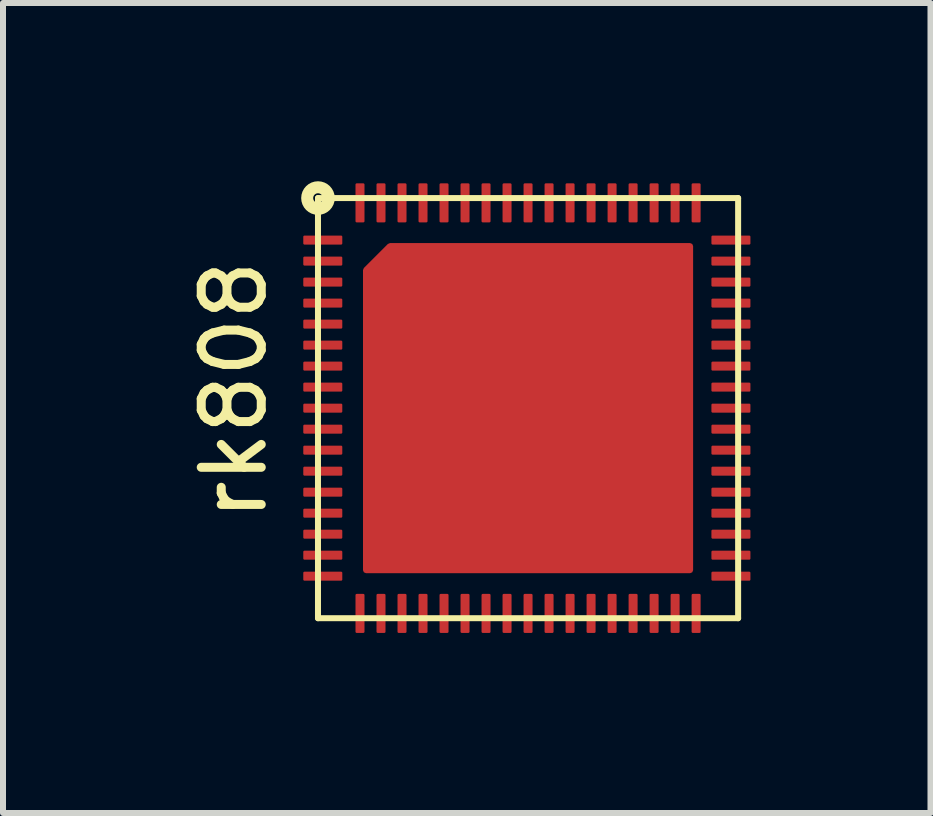
<source format=kicad_pcb>
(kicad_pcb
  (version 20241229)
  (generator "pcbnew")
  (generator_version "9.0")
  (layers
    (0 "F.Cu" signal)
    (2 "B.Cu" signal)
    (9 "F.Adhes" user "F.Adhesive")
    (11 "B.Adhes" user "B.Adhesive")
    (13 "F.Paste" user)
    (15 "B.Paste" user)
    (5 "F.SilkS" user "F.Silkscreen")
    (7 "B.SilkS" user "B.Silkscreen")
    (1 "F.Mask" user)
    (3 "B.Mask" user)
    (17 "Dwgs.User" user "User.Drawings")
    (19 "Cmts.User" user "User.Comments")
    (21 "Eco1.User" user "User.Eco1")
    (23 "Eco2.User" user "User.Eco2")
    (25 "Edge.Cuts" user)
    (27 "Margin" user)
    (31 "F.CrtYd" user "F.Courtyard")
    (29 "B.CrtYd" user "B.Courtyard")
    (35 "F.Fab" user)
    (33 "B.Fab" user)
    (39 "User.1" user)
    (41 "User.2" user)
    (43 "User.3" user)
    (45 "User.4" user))
  (footprint "rk808"
    (layer "F.Cu")
    (at 2.248 0.25)
    (property "Reference" "rk808" (at -1.4 3.2 90) (layer "F.SilkS") (effects (font (size 1 1) (thickness 0.15))))
    (attr through_hole)
    (fp_line (start 0 0) (end 7 0) (stroke (width 0.1) (type solid)) (layer "F.SilkS"))
    (fp_line (start 0 7) (end 0 0) (stroke (width 0.1) (type solid)) (layer "F.SilkS"))
    (fp_line (start 7 0) (end 7 7) (stroke (width 0.1) (type solid)) (layer "F.SilkS"))
    (fp_line (start 7 7) (end 0 7) (stroke (width 0.1) (type solid)) (layer "F.SilkS"))
    (fp_circle (center 0 0) (end 0.08 0) (stroke (width 0.2) (type solid)) (fill no) (layer "F.SilkS"))
    (pad "1" smd roundrect (at 0 0.7) (size 0.65 0.15) (drill (offset 0.08 0)) (layers "F.Cu" "F.Mask" "F.Paste") (roundrect_rratio 0.13))
    (pad "2" smd roundrect (at 0 1.05) (size 0.65 0.15) (drill (offset 0.08 0)) (layers "F.Cu" "F.Mask" "F.Paste") (roundrect_rratio 0.13))
    (pad "3" smd roundrect (at 0 1.4) (size 0.65 0.15) (drill (offset 0.08 0)) (layers "F.Cu" "F.Mask" "F.Paste") (roundrect_rratio 0.13))
    (pad "4" smd roundrect (at 0 1.75) (size 0.65 0.15) (drill (offset 0.08 0)) (layers "F.Cu" "F.Mask" "F.Paste") (roundrect_rratio 0.13))
    (pad "5" smd roundrect (at 0 2.1) (size 0.65 0.15) (drill (offset 0.08 0)) (layers "F.Cu" "F.Mask" "F.Paste") (roundrect_rratio 0.13))
    (pad "6" smd roundrect (at 0 2.45) (size 0.65 0.15) (drill (offset 0.08 0)) (layers "F.Cu" "F.Mask" "F.Paste") (roundrect_rratio 0.13))
    (pad "7" smd roundrect (at 0 2.8) (size 0.65 0.15) (drill (offset 0.08 0)) (layers "F.Cu" "F.Mask" "F.Paste") (roundrect_rratio 0.13))
    (pad "8" smd roundrect (at 0 3.15) (size 0.65 0.15) (drill (offset 0.08 0)) (layers "F.Cu" "F.Mask" "F.Paste") (roundrect_rratio 0.13))
    (pad "9" smd roundrect (at 0 3.5) (size 0.65 0.15) (drill (offset 0.08 0)) (layers "F.Cu" "F.Mask" "F.Paste") (roundrect_rratio 0.13))
    (pad "10" smd roundrect (at 0 3.85) (size 0.65 0.15) (drill (offset 0.08 0)) (layers "F.Cu" "F.Mask" "F.Paste") (roundrect_rratio 0.13))
    (pad "11" smd roundrect (at 0 4.2) (size 0.65 0.15) (drill (offset 0.08 0)) (layers "F.Cu" "F.Mask" "F.Paste") (roundrect_rratio 0.13))
    (pad "12" smd roundrect (at 0 4.55) (size 0.65 0.15) (drill (offset 0.08 0)) (layers "F.Cu" "F.Mask" "F.Paste") (roundrect_rratio 0.13))
    (pad "13" smd roundrect (at 0 4.9) (size 0.65 0.15) (drill (offset 0.08 0)) (layers "F.Cu" "F.Mask" "F.Paste") (roundrect_rratio 0.13))
    (pad "14" smd roundrect (at 0 5.25) (size 0.65 0.15) (drill (offset 0.08 0)) (layers "F.Cu" "F.Mask" "F.Paste") (roundrect_rratio 0.13))
    (pad "15" smd roundrect (at 0 5.6) (size 0.65 0.15) (drill (offset 0.08 0)) (layers "F.Cu" "F.Mask" "F.Paste") (roundrect_rratio 0.13))
    (pad "16" smd roundrect (at 0 5.95) (size 0.65 0.15) (drill (offset 0.08 0)) (layers "F.Cu" "F.Mask" "F.Paste") (roundrect_rratio 0.13))
    (pad "17" smd roundrect (at 0 6.3) (size 0.65 0.15) (drill (offset 0.08 0)) (layers "F.Cu" "F.Mask" "F.Paste") (roundrect_rratio 0.13))
    (pad "18" smd roundrect (at 0.7 7 90) (size 0.65 0.15) (drill (offset 0.08 0)) (layers "F.Cu" "F.Mask" "F.Paste") (roundrect_rratio 0.13))
    (pad "18" smd custom (at 6.2 0.8) (size 0.02 0.02) (layers "F.Cu" "F.Mask" "F.Paste") (options (anchor circle)) (primitives (gr_poly (pts (xy 0 5.4) (xy -5.4 5.4) (xy -5.4 0.4) (xy -5 0) (xy 0 0)) (width 0.1) (fill yes))))
    (pad "19" smd roundrect (at 1.05 7 90) (size 0.65 0.15) (drill (offset 0.08 0)) (layers "F.Cu" "F.Mask" "F.Paste") (roundrect_rratio 0.13))
    (pad "20" smd roundrect (at 1.4 7 90) (size 0.65 0.15) (drill (offset 0.08 0)) (layers "F.Cu" "F.Mask" "F.Paste") (roundrect_rratio 0.13))
    (pad "21" smd roundrect (at 1.75 7 90) (size 0.65 0.15) (drill (offset 0.08 0)) (layers "F.Cu" "F.Mask" "F.Paste") (roundrect_rratio 0.13))
    (pad "22" smd roundrect (at 2.1 7 90) (size 0.65 0.15) (drill (offset 0.08 0)) (layers "F.Cu" "F.Mask" "F.Paste") (roundrect_rratio 0.13))
    (pad "23" smd roundrect (at 2.45 7 90) (size 0.65 0.15) (drill (offset 0.08 0)) (layers "F.Cu" "F.Mask" "F.Paste") (roundrect_rratio 0.13))
    (pad "24" smd roundrect (at 2.8 7 90) (size 0.65 0.15) (drill (offset 0.08 0)) (layers "F.Cu" "F.Mask" "F.Paste") (roundrect_rratio 0.13))
    (pad "25" smd roundrect (at 3.15 7 90) (size 0.65 0.15) (drill (offset 0.08 0)) (layers "F.Cu" "F.Mask" "F.Paste") (roundrect_rratio 0.13))
    (pad "26" smd roundrect (at 3.5 7 90) (size 0.65 0.15) (drill (offset 0.08 0)) (layers "F.Cu" "F.Mask" "F.Paste") (roundrect_rratio 0.13))
    (pad "27" smd roundrect (at 3.85 7 90) (size 0.65 0.15) (drill (offset 0.08 0)) (layers "F.Cu" "F.Mask" "F.Paste") (roundrect_rratio 0.13))
    (pad "28" smd roundrect (at 4.2 7 90) (size 0.65 0.15) (drill (offset 0.08 0)) (layers "F.Cu" "F.Mask" "F.Paste") (roundrect_rratio 0.13))
    (pad "29" smd roundrect (at 4.55 7 90) (size 0.65 0.15) (drill (offset 0.08 0)) (layers "F.Cu" "F.Mask" "F.Paste") (roundrect_rratio 0.13))
    (pad "30" smd roundrect (at 4.9 7 90) (size 0.65 0.15) (drill (offset 0.08 0)) (layers "F.Cu" "F.Mask" "F.Paste") (roundrect_rratio 0.13))
    (pad "31" smd roundrect (at 5.25 7 90) (size 0.65 0.15) (drill (offset 0.08 0)) (layers "F.Cu" "F.Mask" "F.Paste") (roundrect_rratio 0.13))
    (pad "32" smd roundrect (at 5.6 7 90) (size 0.65 0.15) (drill (offset 0.08 0)) (layers "F.Cu" "F.Mask" "F.Paste") (roundrect_rratio 0.13))
    (pad "33" smd roundrect (at 5.95 7 90) (size 0.65 0.15) (drill (offset 0.08 0)) (layers "F.Cu" "F.Mask" "F.Paste") (roundrect_rratio 0.13))
    (pad "34" smd roundrect (at 6.3 7 90) (size 0.65 0.15) (drill (offset 0.08 0)) (layers "F.Cu" "F.Mask" "F.Paste") (roundrect_rratio 0.13))
    (pad "35" smd roundrect (at 6.8 6.3) (size 0.65 0.15) (drill (offset 0.08 0)) (layers "F.Cu" "F.Mask" "F.Paste") (roundrect_rratio 0.13))
    (pad "36" smd roundrect (at 6.8 5.95) (size 0.65 0.15) (drill (offset 0.08 0)) (layers "F.Cu" "F.Mask" "F.Paste") (roundrect_rratio 0.13))
    (pad "37" smd roundrect (at 6.8 5.6) (size 0.65 0.15) (drill (offset 0.08 0)) (layers "F.Cu" "F.Mask" "F.Paste") (roundrect_rratio 0.13))
    (pad "38" smd roundrect (at 6.8 5.25) (size 0.65 0.15) (drill (offset 0.08 0)) (layers "F.Cu" "F.Mask" "F.Paste") (roundrect_rratio 0.13))
    (pad "39" smd roundrect (at 6.8 4.9) (size 0.65 0.15) (drill (offset 0.08 0)) (layers "F.Cu" "F.Mask" "F.Paste") (roundrect_rratio 0.13))
    (pad "40" smd roundrect (at 6.8 4.55) (size 0.65 0.15) (drill (offset 0.08 0)) (layers "F.Cu" "F.Mask" "F.Paste") (roundrect_rratio 0.13))
    (pad "41" smd roundrect (at 6.8 4.2) (size 0.65 0.15) (drill (offset 0.08 0)) (layers "F.Cu" "F.Mask" "F.Paste") (roundrect_rratio 0.13))
    (pad "42" smd roundrect (at 6.8 3.85) (size 0.65 0.15) (drill (offset 0.08 0)) (layers "F.Cu" "F.Mask" "F.Paste") (roundrect_rratio 0.13))
    (pad "43" smd roundrect (at 6.8 3.5) (size 0.65 0.15) (drill (offset 0.08 0)) (layers "F.Cu" "F.Mask" "F.Paste") (roundrect_rratio 0.13))
    (pad "44" smd roundrect (at 6.8 3.15) (size 0.65 0.15) (drill (offset 0.08 0)) (layers "F.Cu" "F.Mask" "F.Paste") (roundrect_rratio 0.13))
    (pad "45" smd roundrect (at 6.8 2.8) (size 0.65 0.15) (drill (offset 0.08 0)) (layers "F.Cu" "F.Mask" "F.Paste") (roundrect_rratio 0.13))
    (pad "46" smd roundrect (at 6.8 2.45) (size 0.65 0.15) (drill (offset 0.08 0)) (layers "F.Cu" "F.Mask" "F.Paste") (roundrect_rratio 0.13))
    (pad "47" smd roundrect (at 6.8 2.1) (size 0.65 0.15) (drill (offset 0.08 0)) (layers "F.Cu" "F.Mask" "F.Paste") (roundrect_rratio 0.13))
    (pad "48" smd roundrect (at 6.8 1.75) (size 0.65 0.15) (drill (offset 0.08 0)) (layers "F.Cu" "F.Mask" "F.Paste") (roundrect_rratio 0.13))
    (pad "49" smd roundrect (at 6.8 1.4) (size 0.65 0.15) (drill (offset 0.08 0)) (layers "F.Cu" "F.Mask" "F.Paste") (roundrect_rratio 0.13))
    (pad "50" smd roundrect (at 6.8 1.05) (size 0.65 0.15) (drill (offset 0.08 0)) (layers "F.Cu" "F.Mask" "F.Paste") (roundrect_rratio 0.13))
    (pad "51" smd roundrect (at 6.3 0 270) (size 0.65 0.15) (drill (offset 0.08 0)) (layers "F.Cu" "F.Mask" "F.Paste") (roundrect_rratio 0.13))
    (pad "51" smd roundrect (at 6.8 0.7) (size 0.65 0.15) (drill (offset 0.08 0)) (layers "F.Cu" "F.Mask" "F.Paste") (roundrect_rratio 0.13))
    (pad "52" smd roundrect (at 5.95 0 270) (size 0.65 0.15) (drill (offset 0.08 0)) (layers "F.Cu" "F.Mask" "F.Paste") (roundrect_rratio 0.13))
    (pad "53" smd roundrect (at 5.6 0 270) (size 0.65 0.15) (drill (offset 0.08 0)) (layers "F.Cu" "F.Mask" "F.Paste") (roundrect_rratio 0.13))
    (pad "54" smd roundrect (at 5.25 0 270) (size 0.65 0.15) (drill (offset 0.08 0)) (layers "F.Cu" "F.Mask" "F.Paste") (roundrect_rratio 0.13))
    (pad "55" smd roundrect (at 4.9 0 270) (size 0.65 0.15) (drill (offset 0.08 0)) (layers "F.Cu" "F.Mask" "F.Paste") (roundrect_rratio 0.13))
    (pad "56" smd roundrect (at 4.55 0 270) (size 0.65 0.15) (drill (offset 0.08 0)) (layers "F.Cu" "F.Mask" "F.Paste") (roundrect_rratio 0.13))
    (pad "57" smd roundrect (at 4.2 0 270) (size 0.65 0.15) (drill (offset 0.08 0)) (layers "F.Cu" "F.Mask" "F.Paste") (roundrect_rratio 0.13))
    (pad "58" smd roundrect (at 3.85 0 270) (size 0.65 0.15) (drill (offset 0.08 0)) (layers "F.Cu" "F.Mask" "F.Paste") (roundrect_rratio 0.13))
    (pad "59" smd roundrect (at 3.5 0 270) (size 0.65 0.15) (drill (offset 0.08 0)) (layers "F.Cu" "F.Mask" "F.Paste") (roundrect_rratio 0.13))
    (pad "60" smd roundrect (at 3.15 0 270) (size 0.65 0.15) (drill (offset 0.08 0)) (layers "F.Cu" "F.Mask" "F.Paste") (roundrect_rratio 0.13))
    (pad "61" smd roundrect (at 2.8 0 270) (size 0.65 0.15) (drill (offset 0.08 0)) (layers "F.Cu" "F.Mask" "F.Paste") (roundrect_rratio 0.13))
    (pad "62" smd roundrect (at 2.45 0 270) (size 0.65 0.15) (drill (offset 0.08 0)) (layers "F.Cu" "F.Mask" "F.Paste") (roundrect_rratio 0.13))
    (pad "63" smd roundrect (at 2.1 0 270) (size 0.65 0.15) (drill (offset 0.08 0)) (layers "F.Cu" "F.Mask" "F.Paste") (roundrect_rratio 0.13))
    (pad "64" smd roundrect (at 1.75 0 270) (size 0.65 0.15) (drill (offset 0.08 0)) (layers "F.Cu" "F.Mask" "F.Paste") (roundrect_rratio 0.13))
    (pad "65" smd roundrect (at 1.4 0 270) (size 0.65 0.15) (drill (offset 0.08 0)) (layers "F.Cu" "F.Mask" "F.Paste") (roundrect_rratio 0.13))
    (pad "66" smd roundrect (at 1.05 0 270) (size 0.65 0.15) (drill (offset 0.08 0)) (layers "F.Cu" "F.Mask" "F.Paste") (roundrect_rratio 0.13))
    (pad "67" smd roundrect (at 0.7 0 270) (size 0.65 0.15) (drill (offset 0.08 0)) (layers "F.Cu" "F.Mask" "F.Paste") (roundrect_rratio 0.13)))
  (gr_rect
    (start -3 -3)
    (end 12.453 10.495)
    (stroke (width 0.1) (type default))
    (fill no)
    (layer "Edge.Cuts")))
</source>
